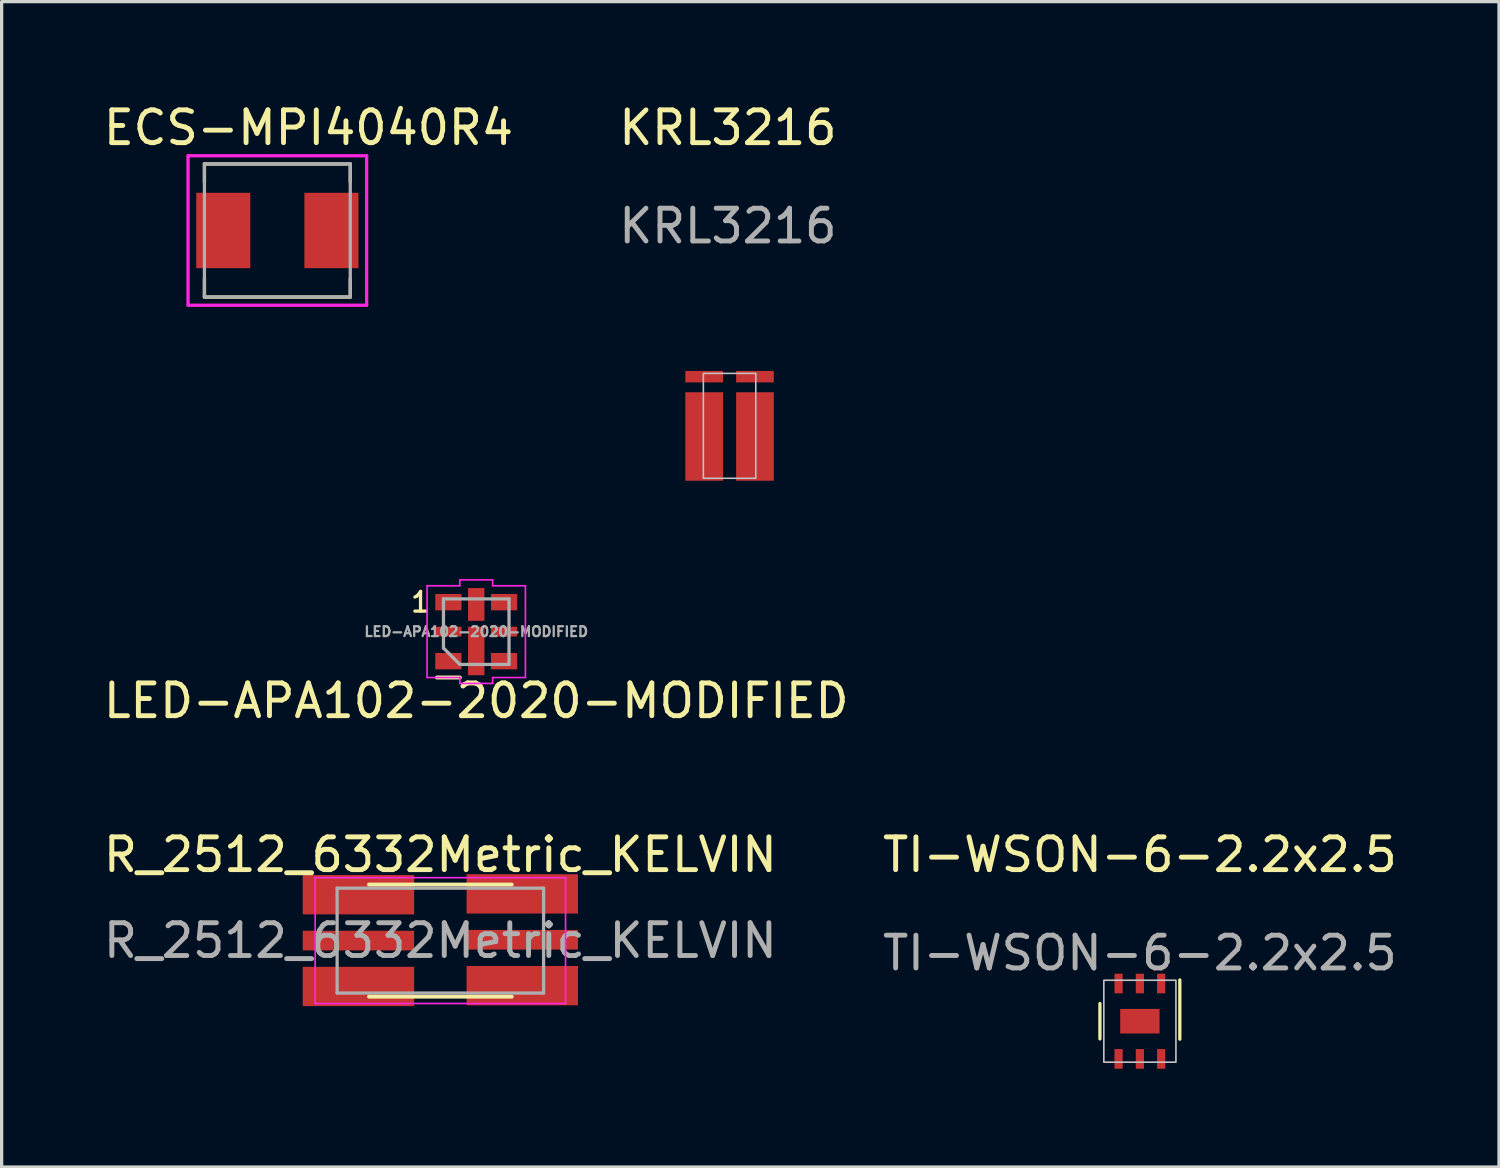
<source format=kicad_pcb>
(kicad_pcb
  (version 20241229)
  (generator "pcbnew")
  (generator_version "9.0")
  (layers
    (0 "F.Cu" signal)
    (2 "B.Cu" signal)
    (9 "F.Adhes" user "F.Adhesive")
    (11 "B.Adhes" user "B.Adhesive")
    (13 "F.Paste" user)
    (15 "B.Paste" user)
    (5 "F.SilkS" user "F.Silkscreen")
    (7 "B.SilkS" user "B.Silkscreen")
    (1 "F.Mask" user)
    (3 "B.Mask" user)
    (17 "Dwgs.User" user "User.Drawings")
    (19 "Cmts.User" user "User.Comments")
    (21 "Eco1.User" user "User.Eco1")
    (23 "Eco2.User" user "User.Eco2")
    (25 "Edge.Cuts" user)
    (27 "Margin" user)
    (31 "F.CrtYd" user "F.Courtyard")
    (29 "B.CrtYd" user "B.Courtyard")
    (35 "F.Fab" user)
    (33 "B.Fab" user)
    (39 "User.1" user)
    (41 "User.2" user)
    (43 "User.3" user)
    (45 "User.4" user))
  (footprint "R_2512_6332Metric_KELVIN"
    (layer "F.Cu")
    (at 10.387 25.651)
    (property "Reference" "R_2512_6332Metric_KELVIN" (at 0 -2.62 0) (layer "F.SilkS") (effects (font (size 1 1) (thickness 0.15))))
    (attr smd)
    (fp_line (start -2.177 -1.71) (end 2.177 -1.71) (stroke (width 0.12) (type solid)) (layer "F.SilkS"))
    (fp_line (start -2.177 1.71) (end 2.177 1.71) (stroke (width 0.12) (type solid)) (layer "F.SilkS"))
    (fp_line (start -3.82 -1.92) (end 3.82 -1.92) (stroke (width 0.05) (type solid)) (layer "F.CrtYd"))
    (fp_line (start -3.82 1.92) (end -3.82 -1.92) (stroke (width 0.05) (type solid)) (layer "F.CrtYd"))
    (fp_line (start 3.82 -1.92) (end 3.82 1.92) (stroke (width 0.05) (type solid)) (layer "F.CrtYd"))
    (fp_line (start 3.82 1.92) (end -3.82 1.92) (stroke (width 0.05) (type solid)) (layer "F.CrtYd"))
    (fp_line (start -3.15 -1.6) (end 3.15 -1.6) (stroke (width 0.1) (type solid)) (layer "F.Fab"))
    (fp_line (start -3.15 1.6) (end -3.15 -1.6) (stroke (width 0.1) (type solid)) (layer "F.Fab"))
    (fp_line (start 3.15 -1.6) (end 3.15 1.6) (stroke (width 0.1) (type solid)) (layer "F.Fab"))
    (fp_line (start 3.15 1.6) (end -3.15 1.6) (stroke (width 0.1) (type solid)) (layer "F.Fab"))
    (fp_text user "${REFERENCE}" (at 0 0 0) (layer "F.Fab") (effects (font (size 1 1) (thickness 0.15))))
    (pad "1" smd rect (at -2.5 -1.4) (size 3.4 1.2) (layers "F.Cu" "F.Mask" "F.Paste"))
    (pad "1" smd rect (at -2.5 1.4) (size 3.4 1.2) (layers "F.Cu" "F.Mask" "F.Paste"))
    (pad "2" smd rect (at -2.5 0) (size 3.4 0.6) (layers "F.Cu" "F.Mask" "F.Paste"))
    (pad "3" smd rect (at 2.5 -0.025) (size 3.4 0.6) (layers "F.Cu" "F.Mask" "F.Paste"))
    (pad "4" smd rect (at 2.5 -1.425) (size 3.4 1.2) (layers "F.Cu" "F.Mask" "F.Paste"))
    (pad "4" smd rect (at 2.5 1.375) (size 3.4 1.2) (layers "F.Cu" "F.Mask" "F.Paste")))
  (footprint "ECS-MPI4040R4"
    (layer "F.Cu")
    (at 5.413 3.983)
    (property "Reference" "ECS-MPI4040R4" (at 0.95 -3.135 0) (layer "F.SilkS") (effects (font (size 1 1) (thickness 0.15))))
    (attr smd)
    (fp_line (start -2.225 -2.03) (end 2.225 -2.03) (stroke (width 0.1) (type solid)) (layer "F.SilkS"))
    (fp_line (start -2.225 -1.47) (end -2.225 -2.03) (stroke (width 0.1) (type solid)) (layer "F.SilkS"))
    (fp_line (start -2.225 2.03) (end -2.225 1.47) (stroke (width 0.1) (type solid)) (layer "F.SilkS"))
    (fp_line (start 2.225 -2.03) (end 2.225 -1.47) (stroke (width 0.1) (type solid)) (layer "F.SilkS"))
    (fp_line (start 2.225 1.47) (end 2.225 2.03) (stroke (width 0.1) (type solid)) (layer "F.SilkS"))
    (fp_line (start 2.225 2.03) (end -2.225 2.03) (stroke (width 0.1) (type solid)) (layer "F.SilkS"))
    (fp_line (start -2.725 -2.28) (end 2.725 -2.28) (stroke (width 0.1) (type solid)) (layer "F.CrtYd"))
    (fp_line (start -2.725 2.28) (end -2.725 -2.28) (stroke (width 0.1) (type solid)) (layer "F.CrtYd"))
    (fp_line (start 2.725 -2.28) (end 2.725 2.28) (stroke (width 0.1) (type solid)) (layer "F.CrtYd"))
    (fp_line (start 2.725 2.28) (end -2.725 2.28) (stroke (width 0.1) (type solid)) (layer "F.CrtYd"))
    (fp_line (start -2.225 -2.03) (end 2.225 -2.03) (stroke (width 0.1) (type solid)) (layer "F.Fab"))
    (fp_line (start -2.225 2.03) (end -2.225 -2.03) (stroke (width 0.1) (type solid)) (layer "F.Fab"))
    (fp_line (start 2.225 -2.03) (end 2.225 2.03) (stroke (width 0.1) (type solid)) (layer "F.Fab"))
    (fp_line (start 2.225 2.03) (end -2.225 2.03) (stroke (width 0.1) (type solid)) (layer "F.Fab"))
    (pad "1" smd rect (at -1.65 0) (size 1.65 2.3) (layers "F.Cu" "F.Mask" "F.Paste"))
    (pad "2" smd rect (at 1.65 0) (size 1.65 2.3) (layers "F.Cu" "F.Mask" "F.Paste")))
  (footprint "LED-APA102-2020-MODIFIED"
    (layer "F.Cu")
    (at 11.482 16.224)
    (property "Reference" "LED-APA102-2020-MODIFIED" (at 0 2.11 0) (layer "F.SilkS") (effects (font (size 1 1) (thickness 0.15))))
    (attr smd)
    (fp_line (start -1.2 1.4) (end -0.5 1.4) (stroke (width 0.12) (type solid)) (layer "F.SilkS"))
    (fp_line (start -1.5 -1.4) (end -1.5 1.4) (stroke (width 0.05) (type solid)) (layer "F.CrtYd"))
    (fp_line (start -1.5 -1.4) (end -0.5 -1.4) (stroke (width 0.05) (type solid)) (layer "F.CrtYd"))
    (fp_line (start -0.5 -1.58) (end 0.5 -1.58) (stroke (width 0.05) (type solid)) (layer "F.CrtYd"))
    (fp_line (start -0.5 -1.4) (end -0.5 -1.58) (stroke (width 0.05) (type solid)) (layer "F.CrtYd"))
    (fp_line (start -0.5 1.4) (end -1.5 1.4) (stroke (width 0.05) (type solid)) (layer "F.CrtYd"))
    (fp_line (start -0.5 1.4) (end -0.5 1.58) (stroke (width 0.05) (type solid)) (layer "F.CrtYd"))
    (fp_line (start -0.5 1.58) (end 0.5 1.58) (stroke (width 0.05) (type solid)) (layer "F.CrtYd"))
    (fp_line (start 0.5 -1.58) (end 0.5 -1.4) (stroke (width 0.05) (type solid)) (layer "F.CrtYd"))
    (fp_line (start 0.5 -1.4) (end 1.5 -1.4) (stroke (width 0.05) (type solid)) (layer "F.CrtYd"))
    (fp_line (start 0.5 1.58) (end 0.5 1.4) (stroke (width 0.05) (type solid)) (layer "F.CrtYd"))
    (fp_line (start 1.5 -1.4) (end 1.5 1.4) (stroke (width 0.05) (type solid)) (layer "F.CrtYd"))
    (fp_line (start 1.5 1.4) (end 0.5 1.4) (stroke (width 0.05) (type solid)) (layer "F.CrtYd"))
    (fp_line (start -1 -1) (end 1 -1) (stroke (width 0.1) (type solid)) (layer "F.Fab"))
    (fp_line (start -1 0.5) (end -1 -1) (stroke (width 0.1) (type solid)) (layer "F.Fab"))
    (fp_line (start -1 0.5) (end -0.5 1) (stroke (width 0.1) (type solid)) (layer "F.Fab"))
    (fp_line (start 1 -1) (end 1 1) (stroke (width 0.1) (type solid)) (layer "F.Fab"))
    (fp_line (start 1 1) (end -0.5 1) (stroke (width 0.1) (type solid)) (layer "F.Fab"))
    (fp_text user "1" (at -1.7 -0.9 0) (layer "F.SilkS") (effects (font (size 0.6 0.6) (thickness 0.1))))
    (fp_text user "${REFERENCE}" (at 0 0 0) (layer "F.Fab") (effects (font (size 0.3 0.3) (thickness 0.07))))
    (pad "1" smd rect (at -0.85 -0.9) (size 0.8 0.5) (layers "F.Cu" "F.Mask" "F.Paste"))
    (pad "1" smd rect (at 0 -0.83 90) (size 1 0.5) (layers "F.Cu" "F.Mask" "F.Paste"))
    (pad "2" smd rect (at -0.85 0) (size 0.8 0.3) (layers "F.Cu" "F.Mask" "F.Paste"))
    (pad "3" smd rect (at -0.85 0.9) (size 0.8 0.5) (layers "F.Cu" "F.Mask" "F.Paste"))
    (pad "4" smd rect (at 0.85 0.9) (size 0.8 0.5) (layers "F.Cu" "F.Mask" "F.Paste"))
    (pad "5" smd rect (at 0.85 0) (size 0.8 0.3) (layers "F.Cu" "F.Mask" "F.Paste"))
    (pad "6" smd rect (at 0 0.59 90) (size 1.48 0.5) (layers "F.Cu" "F.Mask" "F.Paste"))
    (pad "6" smd rect (at 0.85 -0.9) (size 0.8 0.5) (layers "F.Cu" "F.Mask" "F.Paste")))
  (footprint "TI-WSON-6-2.2x2.5"
    (layer "F.Cu")
    (at 31.732 28.111)
    (property "Reference" "TI-WSON-6-2.2x2.5" (at 0 -5.08 0) (unlocked yes) (layer "F.SilkS") (effects (font (size 1 1) (thickness 0.15))))
    (attr smd)
    (fp_line (start -1.219 -0.54) (end -1.219 0.54) (stroke (width 0.1) (type solid)) (layer "F.SilkS"))
    (fp_line (start 1.219 -1.26) (end 1.219 0.549) (stroke (width 0.1) (type solid)) (layer "F.SilkS"))
    (fp_rect (start -1.1 -1.25) (end 1.1 1.25) (stroke (width 0.05) (type solid)) (fill no) (layer "Dwgs.User"))
    (fp_text user "${REFERENCE}" (at 0 -2.08 0) (unlocked yes) (layer "F.Fab") (effects (font (size 1 1) (thickness 0.15))))
    (pad "1" smd rect (at 0.65 -1.15) (size 0.25 0.6) (layers "F.Cu" "F.Mask" "F.Paste"))
    (pad "2" smd rect (at 0 -1.15) (size 0.25 0.6) (layers "F.Cu" "F.Mask" "F.Paste"))
    (pad "3" smd rect (at -0.65 -1.15) (size 0.25 0.6) (layers "F.Cu" "F.Mask" "F.Paste"))
    (pad "4" smd rect (at -0.65 1.15) (size 0.25 0.6) (layers "F.Cu" "F.Mask" "F.Paste"))
    (pad "5" smd rect (at 0 1.15) (size 0.25 0.6) (layers "F.Cu" "F.Mask" "F.Paste"))
    (pad "6" smd rect (at 0.65 1.15) (size 0.25 0.6) (layers "F.Cu" "F.Mask" "F.Paste"))
    (pad "7" smd rect (at 0 0) (size 1.2 0.75) (layers "F.Cu" "F.Mask" "F.Paste")))
  (footprint "KRL3216"
    (layer "F.Cu")
    (at 19.212 8.444)
    (property "Reference" "KRL3216" (at -0.051 -7.596 0) (unlocked yes) (layer "F.SilkS") (effects (font (size 1 1) (thickness 0.15))))
    (attr smd)
    (fp_rect (start -0.8 3.1) (end 0.8 -0.1) (stroke (width 0.05) (type solid)) (fill no) (layer "Dwgs.User"))
    (fp_text user "${REFERENCE}" (at -0.051 -4.596 0) (unlocked yes) (layer "F.Fab") (effects (font (size 1 1) (thickness 0.15))))
    (pad "1" smd rect (at -0.775 1.825) (size 1.15 2.7) (layers "F.Cu" "F.Mask" "F.Paste"))
    (pad "2" smd rect (at -0.775 0) (size 1.15 0.35) (layers "F.Cu" "F.Mask" "F.Paste"))
    (pad "3" smd rect (at 0.775 0) (size 1.15 0.35) (layers "F.Cu" "F.Mask" "F.Paste"))
    (pad "4" smd rect (at 0.775 1.825) (size 1.15 2.7) (layers "F.Cu" "F.Mask" "F.Paste")))
  (gr_rect
    (start -3 -3)
    (end 42.69 32.561)
    (stroke (width 0.1) (type default))
    (fill no)
    (layer "Edge.Cuts")))
</source>
